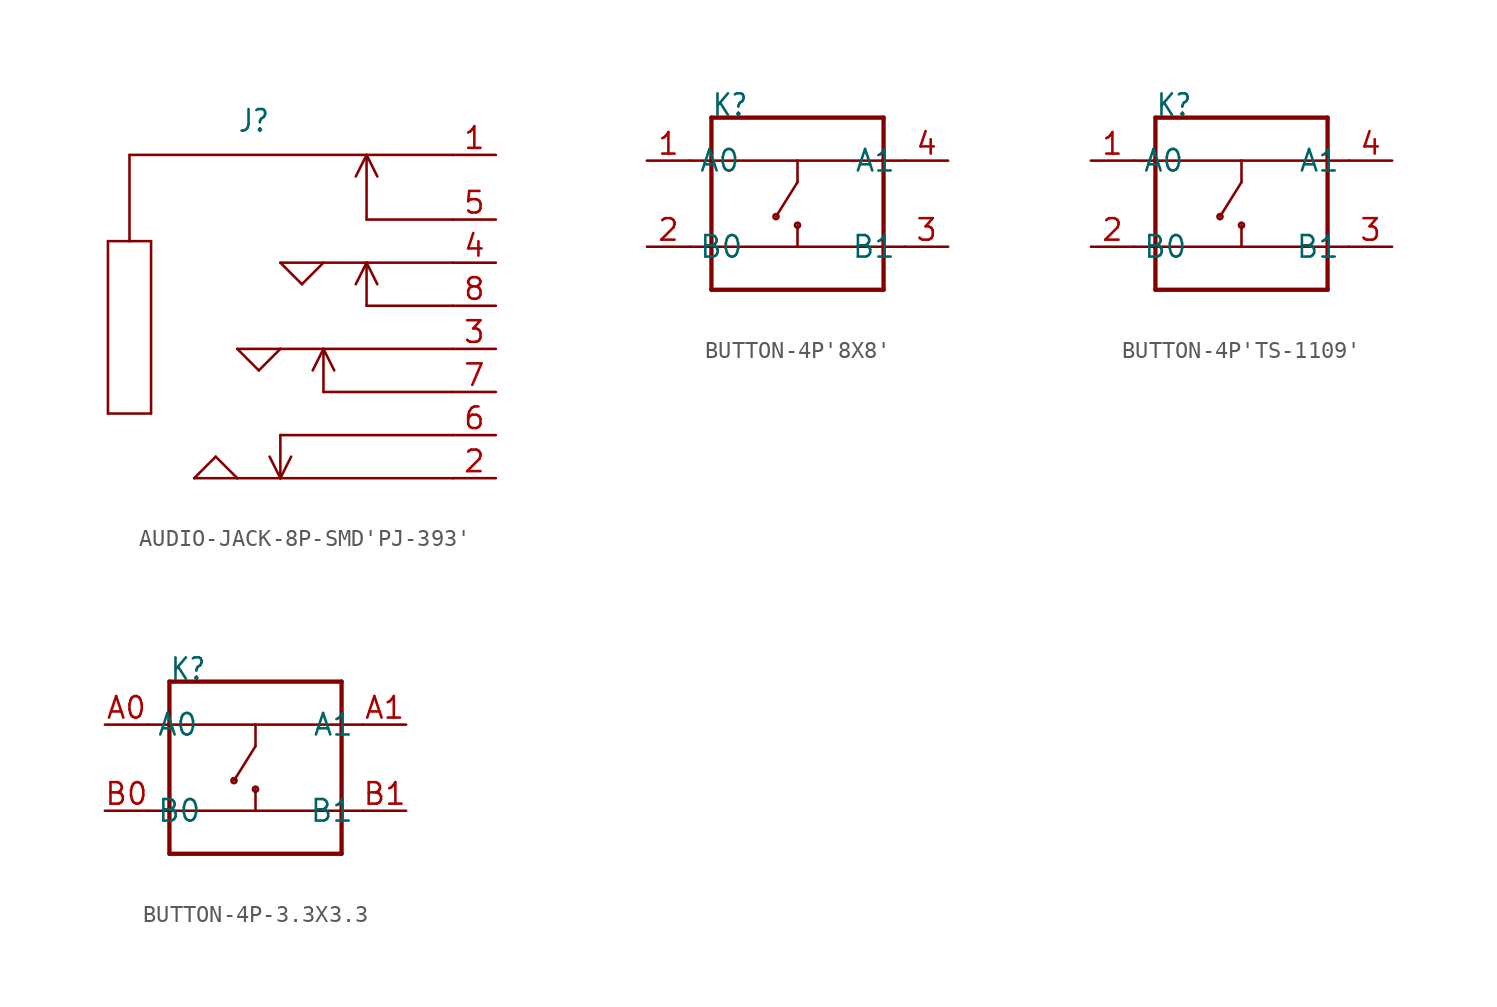
<source format=kicad_sym>
(kicad_symbol_lib
  (version 20231120)
  (generator "kicad_symbol_editor")
  (generator_version "8.0")
  (symbol "AUDIO-JACK-8P-SMD'PJ-393'"
    (property "Reference" "J"
      (at -5.08 11.43 0)
      (effects (font (size 1.27 1.079)) (justify left bottom)))
    (property "Value" ""
      (at 1.27 11.43 0)
      (effects (font (size 1.27 1.079)) (justify left bottom)))
    (property "ki_locked" ""
      (at 0 0 0)
      (effects (font (size 1.27 1.27))))
    (symbol "AUDIO-JACK-8P-SMD'PJ-393'_1_0"
      (polyline (pts (xy -12.7 -5.08) (xy -12.7 5.08)) (stroke (width 0.152) (type solid)) (fill (type none)))
      (polyline (pts (xy -12.7 5.08) (xy -11.43 5.08)) (stroke (width 0.152) (type solid)) (fill (type none)))
      (polyline (pts (xy -11.43 5.08) (xy -10.16 5.08)) (stroke (width 0.152) (type solid)) (fill (type none)))
      (polyline (pts (xy -11.43 10.16) (xy -11.43 5.08)) (stroke (width 0.152) (type solid)) (fill (type none)))
      (polyline (pts (xy -10.16 -5.08) (xy -12.7 -5.08)) (stroke (width 0.152) (type solid)) (fill (type none)))
      (polyline (pts (xy -10.16 5.08) (xy -10.16 -5.08)) (stroke (width 0.152) (type solid)) (fill (type none)))
      (polyline (pts (xy -7.62 -8.89) (xy -5.08 -8.89)) (stroke (width 0.152) (type solid)) (fill (type none)))
      (polyline (pts (xy -6.35 -7.62) (xy -7.62 -8.89)) (stroke (width 0.152) (type solid)) (fill (type none)))
      (polyline (pts (xy -5.08 -8.89) (xy -6.35 -7.62)) (stroke (width 0.152) (type solid)) (fill (type none)))
      (polyline (pts (xy -5.08 -1.27) (xy -2.54 -1.27)) (stroke (width 0.152) (type solid)) (fill (type none)))
      (polyline (pts (xy -3.81 -2.54) (xy -5.08 -1.27)) (stroke (width 0.152) (type solid)) (fill (type none)))
      (polyline (pts (xy -2.54 -8.89) (xy -5.08 -8.89)) (stroke (width 0.152) (type solid)) (fill (type none)))
      (polyline (pts (xy -2.54 -8.89) (xy -3.175 -7.62)) (stroke (width 0.152) (type solid)) (fill (type none)))
      (polyline (pts (xy -2.54 -8.89) (xy -1.905 -7.62)) (stroke (width 0.152) (type solid)) (fill (type none)))
      (polyline (pts (xy -2.54 -6.35) (xy -2.54 -8.89)) (stroke (width 0.152) (type solid)) (fill (type none)))
      (polyline (pts (xy -2.54 -1.27) (xy -3.81 -2.54)) (stroke (width 0.152) (type solid)) (fill (type none)))
      (polyline (pts (xy -2.54 3.81) (xy 0 3.81)) (stroke (width 0.152) (type solid)) (fill (type none)))
      (polyline (pts (xy -1.27 2.54) (xy -2.54 3.81)) (stroke (width 0.152) (type solid)) (fill (type none)))
      (polyline (pts (xy 0 -3.81) (xy 0 -1.27)) (stroke (width 0.152) (type solid)) (fill (type none)))
      (polyline (pts (xy 0 -1.27) (xy -2.54 -1.27)) (stroke (width 0.152) (type solid)) (fill (type none)))
      (polyline (pts (xy 0 -1.27) (xy -0.635 -2.54)) (stroke (width 0.152) (type solid)) (fill (type none)))
      (polyline (pts (xy 0 -1.27) (xy 0.635 -2.54)) (stroke (width 0.152) (type solid)) (fill (type none)))
      (polyline (pts (xy 0 3.81) (xy -1.27 2.54)) (stroke (width 0.152) (type solid)) (fill (type none)))
      (polyline (pts (xy 2.54 1.27) (xy 2.54 3.81)) (stroke (width 0.152) (type solid)) (fill (type none)))
      (polyline (pts (xy 2.54 3.81) (xy 0 3.81)) (stroke (width 0.152) (type solid)) (fill (type none)))
      (polyline (pts (xy 2.54 3.81) (xy 1.905 2.54)) (stroke (width 0.152) (type solid)) (fill (type none)))
      (polyline (pts (xy 2.54 3.81) (xy 3.175 2.54)) (stroke (width 0.152) (type solid)) (fill (type none)))
      (polyline (pts (xy 2.54 6.35) (xy 2.54 10.16)) (stroke (width 0.152) (type solid)) (fill (type none)))
      (polyline (pts (xy 2.54 10.16) (xy -11.43 10.16)) (stroke (width 0.152) (type solid)) (fill (type none)))
      (polyline (pts (xy 2.54 10.16) (xy 1.905 8.89)) (stroke (width 0.152) (type solid)) (fill (type none)))
      (polyline (pts (xy 2.54 10.16) (xy 3.175 8.89)) (stroke (width 0.152) (type solid)) (fill (type none)))
      (polyline (pts (xy 7.62 -8.89) (xy -2.54 -8.89)) (stroke (width 0.152) (type solid)) (fill (type none)))
      (polyline (pts (xy 7.62 -6.35) (xy -2.54 -6.35)) (stroke (width 0.152) (type solid)) (fill (type none)))
      (polyline (pts (xy 7.62 -3.81) (xy 0 -3.81)) (stroke (width 0.152) (type solid)) (fill (type none)))
      (polyline (pts (xy 7.62 -1.27) (xy 0 -1.27)) (stroke (width 0.152) (type solid)) (fill (type none)))
      (polyline (pts (xy 7.62 1.27) (xy 2.54 1.27)) (stroke (width 0.152) (type solid)) (fill (type none)))
      (polyline (pts (xy 7.62 3.81) (xy 2.54 3.81)) (stroke (width 0.152) (type solid)) (fill (type none)))
      (polyline (pts (xy 7.62 6.35) (xy 2.54 6.35)) (stroke (width 0.152) (type solid)) (fill (type none)))
      (polyline (pts (xy 7.62 10.16) (xy 2.54 10.16)) (stroke (width 0.152) (type solid)) (fill (type none)))
      (pin bidirectional line (at 10.16 10.16 180) (length 2.54) (name "1" (effects (font (size 0 0)))) (number "1" (effects (font (size 1.27 1.27)))))
      (pin bidirectional line (at 10.16 -8.89 180) (length 2.54) (name "2" (effects (font (size 0 0)))) (number "2" (effects (font (size 1.27 1.27)))))
      (pin bidirectional line (at 10.16 -1.27 180) (length 2.54) (name "3" (effects (font (size 0 0)))) (number "3" (effects (font (size 1.27 1.27)))))
      (pin bidirectional line (at 10.16 3.81 180) (length 2.54) (name "4" (effects (font (size 0 0)))) (number "4" (effects (font (size 1.27 1.27)))))
      (pin bidirectional line (at 10.16 6.35 180) (length 2.54) (name "5" (effects (font (size 0 0)))) (number "5" (effects (font (size 1.27 1.27)))))
      (pin bidirectional line (at 10.16 -6.35 180) (length 2.54) (name "6" (effects (font (size 0 0)))) (number "6" (effects (font (size 1.27 1.27)))))
      (pin bidirectional line (at 10.16 -3.81 180) (length 2.54) (name "7" (effects (font (size 0 0)))) (number "7" (effects (font (size 1.27 1.27)))))
      (pin bidirectional line (at 10.16 1.27 180) (length 2.54) (name "8" (effects (font (size 0 0)))) (number "8" (effects (font (size 1.27 1.27)))))))
  (symbol "BUTTON-4P'8X8'"
    (property "Reference" "K"
      (at -5.08 5.08 0)
      (effects (font (size 1.27 1.079)) (justify left bottom)))
    (property "Value" ""
      (at -5.08 -6.35 0)
      (effects (font (size 1.27 1.079)) (justify left bottom)))
    (property "ki_locked" ""
      (at 0 0 0)
      (effects (font (size 1.27 1.27))))
    (symbol "BUTTON-4P'8X8'_1_0"
      (circle (center -1.27 -0.762) (radius 0.152) (stroke (width 0) (type solid)) (fill (type none)))
      (circle (center 0 -1.27) (radius 0.152) (stroke (width 0) (type solid)) (fill (type none)))
      (polyline (pts (xy -6.35 -2.54) (xy -5.08 -2.54)) (stroke (width 0.152) (type solid)) (fill (type none)))
      (polyline (pts (xy -6.35 2.54) (xy -5.08 2.54)) (stroke (width 0.152) (type solid)) (fill (type none)))
      (polyline (pts (xy -5.08 -5.08) (xy -5.08 -2.54)) (stroke (width 0.254) (type solid)) (fill (type none)))
      (polyline (pts (xy -5.08 -2.54) (xy -5.08 2.54)) (stroke (width 0.254) (type solid)) (fill (type none)))
      (polyline (pts (xy -5.08 2.54) (xy -5.08 5.08)) (stroke (width 0.254) (type solid)) (fill (type none)))
      (polyline (pts (xy -5.08 2.54) (xy 0 2.54)) (stroke (width 0.152) (type solid)) (fill (type none)))
      (polyline (pts (xy -5.08 5.08) (xy 5.08 5.08)) (stroke (width 0.254) (type solid)) (fill (type none)))
      (polyline (pts (xy 0 -2.54) (xy -5.08 -2.54)) (stroke (width 0.152) (type solid)) (fill (type none)))
      (polyline (pts (xy 0 -2.54) (xy 5.08 -2.54)) (stroke (width 0.152) (type solid)) (fill (type none)))
      (polyline (pts (xy 0 -1.27) (xy 0 -2.54)) (stroke (width 0.152) (type solid)) (fill (type none)))
      (polyline (pts (xy 0 1.27) (xy -1.27 -0.762)) (stroke (width 0.152) (type solid)) (fill (type none)))
      (polyline (pts (xy 0 2.54) (xy 0 1.27)) (stroke (width 0.152) (type solid)) (fill (type none)))
      (polyline (pts (xy 0 2.54) (xy 5.08 2.54)) (stroke (width 0.152) (type solid)) (fill (type none)))
      (polyline (pts (xy 5.08 -5.08) (xy -5.08 -5.08)) (stroke (width 0.254) (type solid)) (fill (type none)))
      (polyline (pts (xy 5.08 -2.54) (xy 5.08 -5.08)) (stroke (width 0.254) (type solid)) (fill (type none)))
      (polyline (pts (xy 5.08 2.54) (xy 5.08 -2.54)) (stroke (width 0.254) (type solid)) (fill (type none)))
      (polyline (pts (xy 5.08 5.08) (xy 5.08 2.54)) (stroke (width 0.254) (type solid)) (fill (type none)))
      (polyline (pts (xy 6.35 -2.54) (xy 5.08 -2.54)) (stroke (width 0.152) (type solid)) (fill (type none)))
      (polyline (pts (xy 6.35 2.54) (xy 5.08 2.54)) (stroke (width 0.152) (type solid)) (fill (type none)))
      (pin bidirectional line (at -8.89 2.54 0) (length 2.54) (name "A0" (effects (font (size 1.27 1.27)))) (number "1" (effects (font (size 1.27 1.27)))))
      (pin bidirectional line (at -8.89 -2.54 0) (length 2.54) (name "B0" (effects (font (size 1.27 1.27)))) (number "2" (effects (font (size 1.27 1.27)))))
      (pin bidirectional line (at 8.89 -2.54 180) (length 2.54) (name "B1" (effects (font (size 1.27 1.27)))) (number "3" (effects (font (size 1.27 1.27)))))
      (pin bidirectional line (at 8.89 2.54 180) (length 2.54) (name "A1" (effects (font (size 1.27 1.27)))) (number "4" (effects (font (size 1.27 1.27)))))))
  (symbol "BUTTON-4P'TS-1109'"
    (property "Reference" "K"
      (at -5.08 5.08 0)
      (effects (font (size 1.27 1.079)) (justify left bottom)))
    (property "Value" ""
      (at -5.08 -6.35 0)
      (effects (font (size 1.27 1.079)) (justify left bottom)))
    (property "ki_locked" ""
      (at 0 0 0)
      (effects (font (size 1.27 1.27))))
    (symbol "BUTTON-4P'TS-1109'_1_0"
      (circle (center -1.27 -0.762) (radius 0.152) (stroke (width 0) (type solid)) (fill (type none)))
      (circle (center 0 -1.27) (radius 0.152) (stroke (width 0) (type solid)) (fill (type none)))
      (polyline (pts (xy -6.35 -2.54) (xy -5.08 -2.54)) (stroke (width 0.152) (type solid)) (fill (type none)))
      (polyline (pts (xy -6.35 2.54) (xy -5.08 2.54)) (stroke (width 0.152) (type solid)) (fill (type none)))
      (polyline (pts (xy -5.08 -5.08) (xy -5.08 -2.54)) (stroke (width 0.254) (type solid)) (fill (type none)))
      (polyline (pts (xy -5.08 -2.54) (xy -5.08 2.54)) (stroke (width 0.254) (type solid)) (fill (type none)))
      (polyline (pts (xy -5.08 2.54) (xy -5.08 5.08)) (stroke (width 0.254) (type solid)) (fill (type none)))
      (polyline (pts (xy -5.08 2.54) (xy 0 2.54)) (stroke (width 0.152) (type solid)) (fill (type none)))
      (polyline (pts (xy -5.08 5.08) (xy 5.08 5.08)) (stroke (width 0.254) (type solid)) (fill (type none)))
      (polyline (pts (xy 0 -2.54) (xy -5.08 -2.54)) (stroke (width 0.152) (type solid)) (fill (type none)))
      (polyline (pts (xy 0 -2.54) (xy 5.08 -2.54)) (stroke (width 0.152) (type solid)) (fill (type none)))
      (polyline (pts (xy 0 -1.27) (xy 0 -2.54)) (stroke (width 0.152) (type solid)) (fill (type none)))
      (polyline (pts (xy 0 1.27) (xy -1.27 -0.762)) (stroke (width 0.152) (type solid)) (fill (type none)))
      (polyline (pts (xy 0 2.54) (xy 0 1.27)) (stroke (width 0.152) (type solid)) (fill (type none)))
      (polyline (pts (xy 0 2.54) (xy 5.08 2.54)) (stroke (width 0.152) (type solid)) (fill (type none)))
      (polyline (pts (xy 5.08 -5.08) (xy -5.08 -5.08)) (stroke (width 0.254) (type solid)) (fill (type none)))
      (polyline (pts (xy 5.08 -2.54) (xy 5.08 -5.08)) (stroke (width 0.254) (type solid)) (fill (type none)))
      (polyline (pts (xy 5.08 2.54) (xy 5.08 -2.54)) (stroke (width 0.254) (type solid)) (fill (type none)))
      (polyline (pts (xy 5.08 5.08) (xy 5.08 2.54)) (stroke (width 0.254) (type solid)) (fill (type none)))
      (polyline (pts (xy 6.35 -2.54) (xy 5.08 -2.54)) (stroke (width 0.152) (type solid)) (fill (type none)))
      (polyline (pts (xy 6.35 2.54) (xy 5.08 2.54)) (stroke (width 0.152) (type solid)) (fill (type none)))
      (pin bidirectional line (at -8.89 2.54 0) (length 2.54) (name "A0" (effects (font (size 1.27 1.27)))) (number "1" (effects (font (size 1.27 1.27)))))
      (pin bidirectional line (at -8.89 -2.54 0) (length 2.54) (name "B0" (effects (font (size 1.27 1.27)))) (number "2" (effects (font (size 1.27 1.27)))))
      (pin bidirectional line (at 8.89 -2.54 180) (length 2.54) (name "B1" (effects (font (size 1.27 1.27)))) (number "3" (effects (font (size 1.27 1.27)))))
      (pin bidirectional line (at 8.89 2.54 180) (length 2.54) (name "A1" (effects (font (size 1.27 1.27)))) (number "4" (effects (font (size 1.27 1.27)))))))
  (symbol "BUTTON-4P-3.3X3.3"
    (property "Reference" "K"
      (at -5.08 5.08 0)
      (effects (font (size 1.27 1.079)) (justify left bottom)))
    (property "Value" ""
      (at -5.08 -6.35 0)
      (effects (font (size 1.27 1.079)) (justify left bottom)))
    (property "ki_locked" ""
      (at 0 0 0)
      (effects (font (size 1.27 1.27))))
    (symbol "BUTTON-4P-3.3X3.3_1_0"
      (circle (center -1.27 -0.762) (radius 0.152) (stroke (width 0) (type solid)) (fill (type none)))
      (circle (center 0 -1.27) (radius 0.152) (stroke (width 0) (type solid)) (fill (type none)))
      (polyline (pts (xy -6.35 -2.54) (xy -5.08 -2.54)) (stroke (width 0.152) (type solid)) (fill (type none)))
      (polyline (pts (xy -6.35 2.54) (xy -5.08 2.54)) (stroke (width 0.152) (type solid)) (fill (type none)))
      (polyline (pts (xy -5.08 -5.08) (xy -5.08 -2.54)) (stroke (width 0.254) (type solid)) (fill (type none)))
      (polyline (pts (xy -5.08 -2.54) (xy -5.08 2.54)) (stroke (width 0.254) (type solid)) (fill (type none)))
      (polyline (pts (xy -5.08 2.54) (xy -5.08 5.08)) (stroke (width 0.254) (type solid)) (fill (type none)))
      (polyline (pts (xy -5.08 2.54) (xy 0 2.54)) (stroke (width 0.152) (type solid)) (fill (type none)))
      (polyline (pts (xy -5.08 5.08) (xy 5.08 5.08)) (stroke (width 0.254) (type solid)) (fill (type none)))
      (polyline (pts (xy 0 -2.54) (xy -5.08 -2.54)) (stroke (width 0.152) (type solid)) (fill (type none)))
      (polyline (pts (xy 0 -2.54) (xy 5.08 -2.54)) (stroke (width 0.152) (type solid)) (fill (type none)))
      (polyline (pts (xy 0 -1.27) (xy 0 -2.54)) (stroke (width 0.152) (type solid)) (fill (type none)))
      (polyline (pts (xy 0 1.27) (xy -1.27 -0.762)) (stroke (width 0.152) (type solid)) (fill (type none)))
      (polyline (pts (xy 0 2.54) (xy 0 1.27)) (stroke (width 0.152) (type solid)) (fill (type none)))
      (polyline (pts (xy 0 2.54) (xy 5.08 2.54)) (stroke (width 0.152) (type solid)) (fill (type none)))
      (polyline (pts (xy 5.08 -5.08) (xy -5.08 -5.08)) (stroke (width 0.254) (type solid)) (fill (type none)))
      (polyline (pts (xy 5.08 -2.54) (xy 5.08 -5.08)) (stroke (width 0.254) (type solid)) (fill (type none)))
      (polyline (pts (xy 5.08 2.54) (xy 5.08 -2.54)) (stroke (width 0.254) (type solid)) (fill (type none)))
      (polyline (pts (xy 5.08 5.08) (xy 5.08 2.54)) (stroke (width 0.254) (type solid)) (fill (type none)))
      (polyline (pts (xy 6.35 -2.54) (xy 5.08 -2.54)) (stroke (width 0.152) (type solid)) (fill (type none)))
      (polyline (pts (xy 6.35 2.54) (xy 5.08 2.54)) (stroke (width 0.152) (type solid)) (fill (type none)))
      (pin bidirectional line (at -8.89 2.54 0) (length 2.54) (name "A0" (effects (font (size 1.27 1.27)))) (number "A0" (effects (font (size 1.27 1.27)))))
      (pin bidirectional line (at 8.89 2.54 180) (length 2.54) (name "A1" (effects (font (size 1.27 1.27)))) (number "A1" (effects (font (size 1.27 1.27)))))
      (pin bidirectional line (at -8.89 -2.54 0) (length 2.54) (name "B0" (effects (font (size 1.27 1.27)))) (number "B0" (effects (font (size 1.27 1.27)))))
      (pin bidirectional line (at 8.89 -2.54 180) (length 2.54) (name "B1" (effects (font (size 1.27 1.27)))) (number "B1" (effects (font (size 1.27 1.27))))))))
</source>
